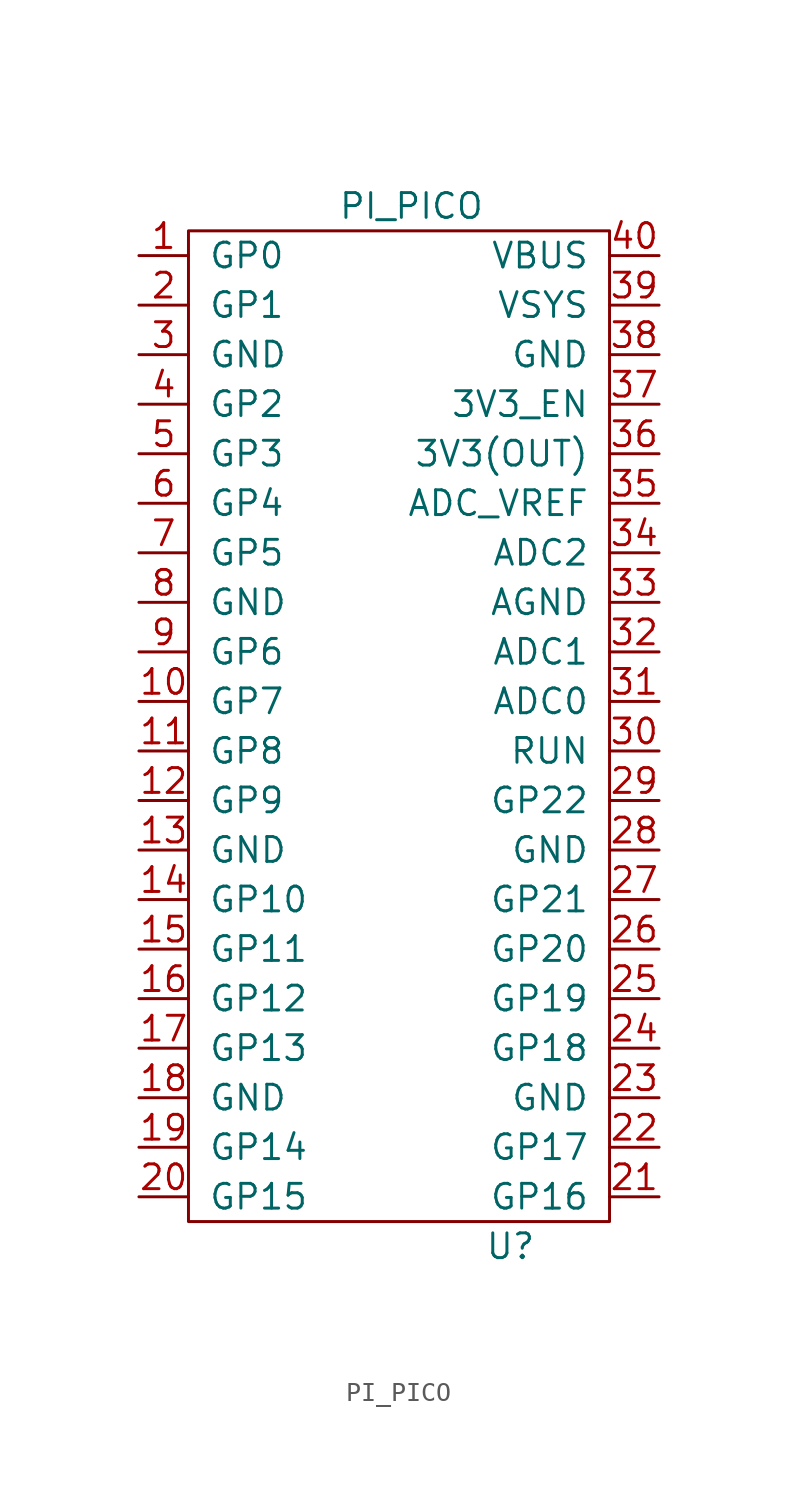
<source format=kicad_sym>
(kicad_symbol_lib
  (version 20211014)
  (generator kicad_symbol_editor)
  (symbol "PI_PICO"
    (pin_names
      (offset 1.016))
    (property "Reference" "U"
      (at 5.08 -29.21 0)
      (effects (font (size 1.27 1.27))))
    (property "Value" "PI_PICO"
      (at 0 24.13 0)
      (effects (font (size 1.27 1.27))))
    (symbol "PI_PICO_0_1"
      (rectangle (start -11.43 22.86) (end 10.16 -27.94) (stroke (width 0) (type default) (color 0 0 0 0)) (fill (type none))))
    (symbol "PI_PICO_1_1"
      (pin bidirectional line (at -13.97 21.59 0) (length 2.54) (name "GP0" (effects (font (size 1.27 1.27)))) (number "1" (effects (font (size 1.27 1.27)))))
      (pin bidirectional line (at -13.97 -1.27 0) (length 2.54) (name "GP7" (effects (font (size 1.27 1.27)))) (number "10" (effects (font (size 1.27 1.27)))))
      (pin bidirectional line (at -13.97 -3.81 0) (length 2.54) (name "GP8" (effects (font (size 1.27 1.27)))) (number "11" (effects (font (size 1.27 1.27)))))
      (pin bidirectional line (at -13.97 -6.35 0) (length 2.54) (name "GP9" (effects (font (size 1.27 1.27)))) (number "12" (effects (font (size 1.27 1.27)))))
      (pin input line (at -13.97 -8.89 0) (length 2.54) (name "GND" (effects (font (size 1.27 1.27)))) (number "13" (effects (font (size 1.27 1.27)))))
      (pin bidirectional line (at -13.97 -11.43 0) (length 2.54) (name "GP10" (effects (font (size 1.27 1.27)))) (number "14" (effects (font (size 1.27 1.27)))))
      (pin bidirectional line (at -13.97 -13.97 0) (length 2.54) (name "GP11" (effects (font (size 1.27 1.27)))) (number "15" (effects (font (size 1.27 1.27)))))
      (pin bidirectional line (at -13.97 -16.51 0) (length 2.54) (name "GP12" (effects (font (size 1.27 1.27)))) (number "16" (effects (font (size 1.27 1.27)))))
      (pin bidirectional line (at -13.97 -19.05 0) (length 2.54) (name "GP13" (effects (font (size 1.27 1.27)))) (number "17" (effects (font (size 1.27 1.27)))))
      (pin input line (at -13.97 -21.59 0) (length 2.54) (name "GND" (effects (font (size 1.27 1.27)))) (number "18" (effects (font (size 1.27 1.27)))))
      (pin bidirectional line (at -13.97 -24.13 0) (length 2.54) (name "GP14" (effects (font (size 1.27 1.27)))) (number "19" (effects (font (size 1.27 1.27)))))
      (pin bidirectional line (at -13.97 19.05 0) (length 2.54) (name "GP1" (effects (font (size 1.27 1.27)))) (number "2" (effects (font (size 1.27 1.27)))))
      (pin bidirectional line (at -13.97 -26.67 0) (length 2.54) (name "GP15" (effects (font (size 1.27 1.27)))) (number "20" (effects (font (size 1.27 1.27)))))
      (pin input line (at 12.7 -26.67 180) (length 2.54) (name "GP16" (effects (font (size 1.27 1.27)))) (number "21" (effects (font (size 1.27 1.27)))))
      (pin input line (at 12.7 -24.13 180) (length 2.54) (name "GP17" (effects (font (size 1.27 1.27)))) (number "22" (effects (font (size 1.27 1.27)))))
      (pin input line (at 12.7 -21.59 180) (length 2.54) (name "GND" (effects (font (size 1.27 1.27)))) (number "23" (effects (font (size 1.27 1.27)))))
      (pin input line (at 12.7 -19.05 180) (length 2.54) (name "GP18" (effects (font (size 1.27 1.27)))) (number "24" (effects (font (size 1.27 1.27)))))
      (pin input line (at 12.7 -16.51 180) (length 2.54) (name "GP19" (effects (font (size 1.27 1.27)))) (number "25" (effects (font (size 1.27 1.27)))))
      (pin input line (at 12.7 -13.97 180) (length 2.54) (name "GP20" (effects (font (size 1.27 1.27)))) (number "26" (effects (font (size 1.27 1.27)))))
      (pin input line (at 12.7 -11.43 180) (length 2.54) (name "GP21" (effects (font (size 1.27 1.27)))) (number "27" (effects (font (size 1.27 1.27)))))
      (pin input line (at 12.7 -8.89 180) (length 2.54) (name "GND" (effects (font (size 1.27 1.27)))) (number "28" (effects (font (size 1.27 1.27)))))
      (pin output line (at 12.7 -6.35 180) (length 2.54) (name "GP22" (effects (font (size 1.27 1.27)))) (number "29" (effects (font (size 1.27 1.27)))))
      (pin input line (at -13.97 16.51 0) (length 2.54) (name "GND" (effects (font (size 1.27 1.27)))) (number "3" (effects (font (size 1.27 1.27)))))
      (pin input line (at 12.7 -3.81 180) (length 2.54) (name "RUN" (effects (font (size 1.27 1.27)))) (number "30" (effects (font (size 1.27 1.27)))))
      (pin input line (at 12.7 -1.27 180) (length 2.54) (name "ADC0" (effects (font (size 1.27 1.27)))) (number "31" (effects (font (size 1.27 1.27)))))
      (pin input line (at 12.7 1.27 180) (length 2.54) (name "ADC1" (effects (font (size 1.27 1.27)))) (number "32" (effects (font (size 1.27 1.27)))))
      (pin input line (at 12.7 3.81 180) (length 2.54) (name "AGND" (effects (font (size 1.27 1.27)))) (number "33" (effects (font (size 1.27 1.27)))))
      (pin input line (at 12.7 6.35 180) (length 2.54) (name "ADC2" (effects (font (size 1.27 1.27)))) (number "34" (effects (font (size 1.27 1.27)))))
      (pin input line (at 12.7 8.89 180) (length 2.54) (name "ADC_VREF" (effects (font (size 1.27 1.27)))) (number "35" (effects (font (size 1.27 1.27)))))
      (pin power_out line (at 12.7 11.43 180) (length 2.54) (name "3V3(OUT)" (effects (font (size 1.27 1.27)))) (number "36" (effects (font (size 1.27 1.27)))))
      (pin input line (at 12.7 13.97 180) (length 2.54) (name "3V3_EN" (effects (font (size 1.27 1.27)))) (number "37" (effects (font (size 1.27 1.27)))))
      (pin input line (at 12.7 16.51 180) (length 2.54) (name "GND" (effects (font (size 1.27 1.27)))) (number "38" (effects (font (size 1.27 1.27)))))
      (pin input line (at 12.7 19.05 180) (length 2.54) (name "VSYS" (effects (font (size 1.27 1.27)))) (number "39" (effects (font (size 1.27 1.27)))))
      (pin bidirectional line (at -13.97 13.97 0) (length 2.54) (name "GP2" (effects (font (size 1.27 1.27)))) (number "4" (effects (font (size 1.27 1.27)))))
      (pin input line (at 12.7 21.59 180) (length 2.54) (name "VBUS" (effects (font (size 1.27 1.27)))) (number "40" (effects (font (size 1.27 1.27)))))
      (pin bidirectional line (at -13.97 11.43 0) (length 2.54) (name "GP3" (effects (font (size 1.27 1.27)))) (number "5" (effects (font (size 1.27 1.27)))))
      (pin bidirectional line (at -13.97 8.89 0) (length 2.54) (name "GP4" (effects (font (size 1.27 1.27)))) (number "6" (effects (font (size 1.27 1.27)))))
      (pin bidirectional line (at -13.97 6.35 0) (length 2.54) (name "GP5" (effects (font (size 1.27 1.27)))) (number "7" (effects (font (size 1.27 1.27)))))
      (pin input line (at -13.97 3.81 0) (length 2.54) (name "GND" (effects (font (size 1.27 1.27)))) (number "8" (effects (font (size 1.27 1.27)))))
      (pin bidirectional line (at -13.97 1.27 0) (length 2.54) (name "GP6" (effects (font (size 1.27 1.27)))) (number "9" (effects (font (size 1.27 1.27))))))))
</source>
